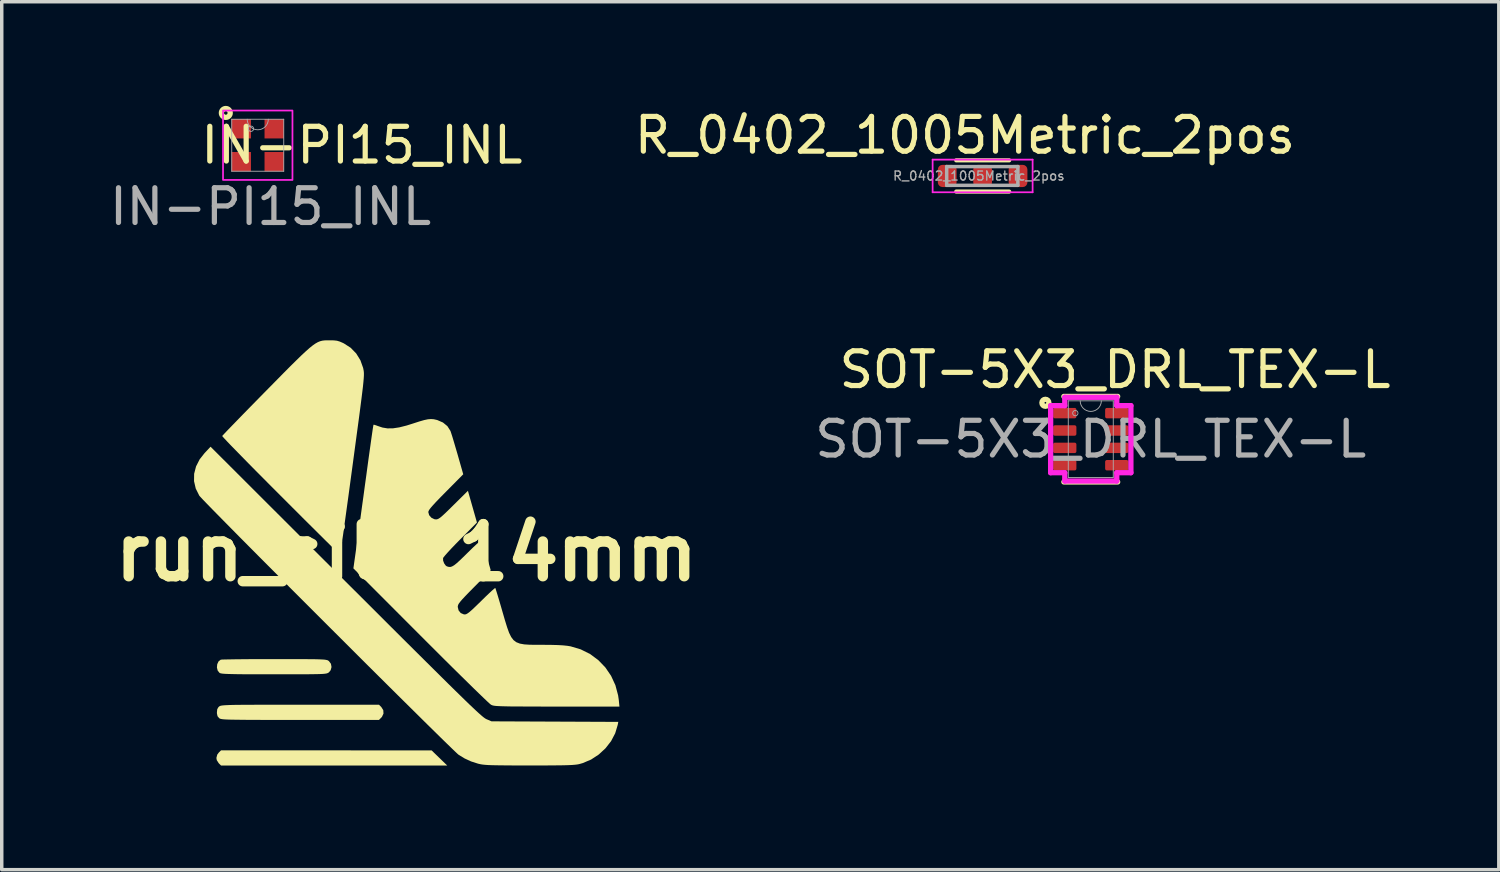
<source format=kicad_pcb>
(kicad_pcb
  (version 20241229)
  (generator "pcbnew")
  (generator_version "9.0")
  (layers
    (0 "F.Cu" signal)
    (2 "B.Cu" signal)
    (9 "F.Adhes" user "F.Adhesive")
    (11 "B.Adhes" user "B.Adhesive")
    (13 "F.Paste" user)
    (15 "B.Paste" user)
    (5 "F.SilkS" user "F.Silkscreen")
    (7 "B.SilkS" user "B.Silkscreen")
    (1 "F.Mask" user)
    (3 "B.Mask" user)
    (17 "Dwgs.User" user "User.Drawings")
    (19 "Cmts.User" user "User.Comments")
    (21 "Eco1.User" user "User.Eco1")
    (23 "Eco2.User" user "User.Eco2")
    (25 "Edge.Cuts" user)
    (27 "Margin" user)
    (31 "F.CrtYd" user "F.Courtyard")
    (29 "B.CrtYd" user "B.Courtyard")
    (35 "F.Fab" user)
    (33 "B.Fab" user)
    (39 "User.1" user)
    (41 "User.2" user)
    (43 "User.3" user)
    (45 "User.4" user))
  (footprint "R_0402_1005Metric_2pos"
    (layer "F.Cu")
    (at 24.743 2.018)
    (property "Reference" "R_0402_1005Metric_2pos" (at 0 -1.17 0) (layer "F.SilkS") (effects (font (size 1 1) (thickness 0.15))))
    (attr smd)
    (fp_line (start -0.25 -0.45) (end 1.275 -0.45) (stroke (width 0.12) (type solid)) (layer "F.SilkS"))
    (fp_line (start -0.25 0.45) (end 1.275 0.45) (stroke (width 0.12) (type solid)) (layer "F.SilkS"))
    (fp_line (start -0.93 -0.47) (end 1.95 -0.47) (stroke (width 0.05) (type solid)) (layer "F.CrtYd"))
    (fp_line (start -0.93 0.47) (end -0.93 -0.47) (stroke (width 0.05) (type solid)) (layer "F.CrtYd"))
    (fp_line (start 1.95 -0.47) (end 1.95 0.47) (stroke (width 0.05) (type solid)) (layer "F.CrtYd"))
    (fp_line (start 1.95 0.47) (end -0.93 0.47) (stroke (width 0.05) (type solid)) (layer "F.CrtYd"))
    (fp_line (start -0.525 -0.27) (end 1.525 -0.27) (stroke (width 0.1) (type solid)) (layer "F.Fab"))
    (fp_line (start -0.525 0.27) (end -0.525 -0.27) (stroke (width 0.1) (type solid)) (layer "F.Fab"))
    (fp_line (start 1.525 -0.27) (end 1.525 0.27) (stroke (width 0.1) (type solid)) (layer "F.Fab"))
    (fp_line (start 1.525 0.27) (end -0.525 0.27) (stroke (width 0.1) (type solid)) (layer "F.Fab"))
    (fp_text user "${REFERENCE}" (at 0.4 0 0) (layer "F.Fab") (effects (font (size 0.26 0.26) (thickness 0.04))))
    (pad "1" smd roundrect (at -0.51 0) (size 0.54 0.64) (layers "F.Cu" "F.Mask" "F.Paste") (roundrect_rratio 0.25))
    (pad "2" smd roundrect (at 0.51 0) (size 0.54 0.64) (layers "F.Cu" "F.Mask" "F.Paste") (roundrect_rratio 0.25))
    (pad "3" smd roundrect (at 1.53 0) (size 0.54 0.64) (layers "F.Cu" "F.Mask" "F.Paste") (roundrect_rratio 0.25)))
  (footprint "IN-PI15_INL"
    (layer "F.Cu")
    (at 4.374 1.133)
    (property "Reference" "IN-PI15_INL" (at 3 0 0) (unlocked yes) (layer "F.SilkS") (effects (font (size 1 1) (thickness 0.15))))
    (attr smd)
    (fp_circle (center -0.92 -0.93) (end -0.793 -0.93) (stroke (width 0.152) (type solid)) (fill no) (layer "F.SilkS"))
    (fp_rect (start -1 -1) (end 1 1) (stroke (width 0.05) (type default)) (fill no) (layer "F.CrtYd"))
    (fp_line (start -0.749 -0.749) (end -0.749 0.749) (stroke (width 0.025) (type solid)) (layer "F.Fab"))
    (fp_line (start -0.749 0.749) (end 0.749 0.749) (stroke (width 0.025) (type solid)) (layer "F.Fab"))
    (fp_line (start 0.749 -0.749) (end -0.749 -0.749) (stroke (width 0.025) (type solid)) (layer "F.Fab"))
    (fp_line (start 0.749 0.749) (end 0.749 -0.749) (stroke (width 0.025) (type solid)) (layer "F.Fab"))
    (fp_arc (start 0.3048 -0.7493) (mid 0 -0.4445) (end -0.3048 -0.7493) (stroke (width 0.0254) (type solid)) (layer "F.Fab"))
    (fp_circle (center -0.196 -0.475) (end -0.119 -0.475) (stroke (width 0.025) (type solid)) (fill no) (layer "F.Fab"))
    (fp_text user "${REFERENCE}" (at 0.37 1.77 0) (unlocked yes) (layer "F.Fab") (effects (font (size 1 1) (thickness 0.15))))
    (pad "1" smd rect (at -0.475 -0.475) (size 0.559 0.559) (layers "F.Cu" "F.Mask" "F.Paste"))
    (pad "2" smd rect (at -0.475 0.475) (size 0.559 0.559) (layers "F.Cu" "F.Mask" "F.Paste"))
    (pad "3" smd rect (at 0.475 0.475) (size 0.559 0.559) (layers "F.Cu" "F.Mask" "F.Paste"))
    (pad "4" smd rect (at 0.475 -0.475) (size 0.559 0.559) (layers "F.Cu" "F.Mask" "F.Paste")))
  (footprint "run_silk_14mm"
    (layer "F.Cu")
    (at 8.657 12.869)
    (property "Reference" "run_silk_14mm" (at 0 0 0) (layer "F.SilkS") (effects (font (size 1.5 1.5) (thickness 0.3))))
    (attr board_only exclude_from_pos_files exclude_from_bom)
    (fp_poly (pts (xy -2.307 5.694) (xy 0.725 5.695) (xy 0.95 5.913) (xy 1.175 6.131) (xy -2.082 6.131) (xy -5.34 6.131) (xy -5.407 6.064) (xy -5.463 5.976) (xy -5.474 5.912) (xy -5.449 5.816) (xy -5.407 5.76) (xy -5.34 5.693)) (stroke (width 0) (type solid)) (fill yes) (layer "F.SilkS"))
    (fp_poly (pts (xy -0.724 4.446) (xy -0.667 4.537) (xy -0.661 4.635) (xy -0.705 4.729) (xy -0.724 4.75) (xy -0.791 4.817) (xy -3.061 4.817) (xy -3.467 4.817) (xy -3.821 4.817) (xy -4.128 4.817) (xy -4.391 4.816) (xy -4.613 4.815) (xy -4.798 4.813) (xy -4.95 4.811) (xy -5.072 4.809) (xy -5.168 4.806) (xy -5.241 4.802) (xy -5.296 4.797) (xy -5.334 4.791) (xy -5.361 4.784) (xy -5.38 4.776) (xy -5.393 4.767) (xy -5.395 4.765) (xy -5.441 4.711) (xy -5.458 4.635) (xy -5.459 4.598) (xy -5.45 4.509) (xy -5.415 4.449) (xy -5.395 4.431) (xy -5.382 4.422) (xy -5.365 4.414) (xy -5.34 4.407) (xy -5.303 4.401) (xy -5.252 4.396) (xy -5.182 4.392) (xy -5.091 4.388) (xy -4.973 4.385) (xy -4.827 4.383) (xy -4.648 4.382) (xy -4.432 4.381) (xy -4.177 4.38) (xy -3.878 4.38) (xy -3.532 4.379) (xy -3.136 4.379) (xy -3.061 4.379) (xy -0.791 4.379)) (stroke (width 0) (type solid)) (fill yes) (layer "F.SilkS"))
    (fp_poly (pts (xy -3.482 3.066) (xy -3.207 3.066) (xy -2.979 3.066) (xy -2.792 3.068) (xy -2.642 3.069) (xy -2.524 3.072) (xy -2.434 3.076) (xy -2.367 3.08) (xy -2.319 3.087) (xy -2.286 3.094) (xy -2.262 3.103) (xy -2.245 3.115) (xy -2.234 3.122) (xy -2.175 3.2) (xy -2.158 3.294) (xy -2.183 3.386) (xy -2.234 3.447) (xy -2.251 3.459) (xy -2.271 3.469) (xy -2.297 3.478) (xy -2.336 3.485) (xy -2.39 3.491) (xy -2.465 3.495) (xy -2.565 3.498) (xy -2.695 3.5) (xy -2.858 3.502) (xy -3.06 3.503) (xy -3.305 3.503) (xy -3.598 3.503) (xy -3.816 3.503) (xy -4.147 3.503) (xy -4.428 3.503) (xy -4.663 3.502) (xy -4.856 3.5) (xy -5.011 3.497) (xy -5.132 3.494) (xy -5.224 3.49) (xy -5.292 3.485) (xy -5.338 3.478) (xy -5.368 3.47) (xy -5.384 3.462) (xy -5.437 3.396) (xy -5.459 3.307) (xy -5.45 3.213) (xy -5.413 3.132) (xy -5.35 3.083) (xy -5.315 3.079) (xy -5.23 3.076) (xy -5.101 3.074) (xy -4.933 3.071) (xy -4.73 3.069) (xy -4.499 3.067) (xy -4.243 3.066) (xy -3.969 3.066) (xy -3.806 3.066)) (stroke (width 0) (type solid)) (fill yes) (layer "F.SilkS"))
    (fp_poly (pts (xy -2.093 -6.115) (xy -2.002 -6.105) (xy -1.921 -6.081) (xy -1.827 -6.04) (xy -1.801 -6.027) (xy -1.608 -5.903) (xy -1.448 -5.739) (xy -1.326 -5.542) (xy -1.247 -5.32) (xy -1.232 -5.242) (xy -1.227 -5.202) (xy -1.225 -5.154) (xy -1.226 -5.092) (xy -1.231 -5.013) (xy -1.24 -4.911) (xy -1.253 -4.783) (xy -1.272 -4.625) (xy -1.296 -4.431) (xy -1.326 -4.198) (xy -1.362 -3.921) (xy -1.406 -3.595) (xy -1.422 -3.478) (xy -1.494 -2.942) (xy -1.559 -2.458) (xy -1.618 -2.024) (xy -1.67 -1.638) (xy -1.717 -1.298) (xy -1.758 -1.001) (xy -1.793 -0.746) (xy -1.823 -0.531) (xy -1.849 -0.353) (xy -1.87 -0.21) (xy -1.887 -0.1) (xy -1.899 -0.021) (xy -1.909 0.029) (xy -1.914 0.052) (xy -1.916 0.055) (xy -1.937 0.036) (xy -1.994 -0.019) (xy -2.084 -0.107) (xy -2.204 -0.226) (xy -2.352 -0.372) (xy -2.524 -0.543) (xy -2.718 -0.736) (xy -2.932 -0.948) (xy -3.161 -1.177) (xy -3.404 -1.42) (xy -3.623 -1.639) (xy -3.876 -1.892) (xy -4.116 -2.134) (xy -4.343 -2.362) (xy -4.552 -2.574) (xy -4.741 -2.767) (xy -4.908 -2.938) (xy -5.05 -3.083) (xy -5.163 -3.201) (xy -5.245 -3.289) (xy -5.294 -3.343) (xy -5.306 -3.361) (xy -5.286 -3.385) (xy -5.23 -3.444) (xy -5.143 -3.536) (xy -5.026 -3.657) (xy -4.884 -3.803) (xy -4.72 -3.972) (xy -4.536 -4.16) (xy -4.337 -4.363) (xy -4.125 -4.579) (xy -4.046 -4.659) (xy -3.777 -4.932) (xy -3.544 -5.169) (xy -3.342 -5.372) (xy -3.169 -5.543) (xy -3.022 -5.686) (xy -2.896 -5.803) (xy -2.79 -5.897) (xy -2.699 -5.97) (xy -2.62 -6.025) (xy -2.551 -6.064) (xy -2.487 -6.09) (xy -2.426 -6.106) (xy -2.364 -6.114) (xy -2.298 -6.117) (xy -2.225 -6.117) (xy -2.217 -6.117)) (stroke (width 0) (type solid)) (fill yes) (layer "F.SilkS"))
    (fp_poly (pts (xy -1.747 0.838) (xy -1.285 1.298) (xy -0.861 1.721) (xy -0.473 2.109) (xy -0.118 2.463) (xy 0.205 2.784) (xy 0.497 3.074) (xy 0.76 3.335) (xy 0.995 3.568) (xy 1.205 3.776) (xy 1.39 3.958) (xy 1.553 4.117) (xy 1.694 4.255) (xy 1.816 4.373) (xy 1.921 4.472) (xy 2.009 4.555) (xy 2.082 4.622) (xy 2.143 4.676) (xy 2.192 4.718) (xy 2.231 4.749) (xy 2.262 4.771) (xy 2.286 4.786) (xy 2.299 4.793) (xy 2.45 4.858) (xy 4.276 4.866) (xy 6.102 4.874) (xy 6.085 4.962) (xy 6.013 5.202) (xy 5.894 5.429) (xy 5.733 5.635) (xy 5.539 5.814) (xy 5.318 5.959) (xy 5.077 6.061) (xy 4.975 6.09) (xy 4.923 6.1) (xy 4.857 6.108) (xy 4.771 6.115) (xy 4.659 6.12) (xy 4.519 6.124) (xy 4.343 6.126) (xy 4.128 6.128) (xy 3.869 6.129) (xy 3.56 6.129) (xy 3.531 6.129) (xy 3.229 6.129) (xy 2.977 6.128) (xy 2.769 6.126) (xy 2.6 6.124) (xy 2.463 6.121) (xy 2.355 6.117) (xy 2.269 6.111) (xy 2.199 6.104) (xy 2.142 6.095) (xy 2.091 6.084) (xy 2.062 6.077) (xy 1.86 6.012) (xy 1.674 5.926) (xy 1.505 5.823) (xy 1.471 5.794) (xy 1.401 5.728) (xy 1.297 5.628) (xy 1.162 5.497) (xy 0.997 5.336) (xy 0.806 5.148) (xy 0.59 4.936) (xy 0.352 4.7) (xy 0.094 4.445) (xy -0.182 4.172) (xy -0.472 3.884) (xy -0.776 3.582) (xy -1.09 3.27) (xy -1.412 2.949) (xy -1.739 2.622) (xy -2.071 2.291) (xy -2.403 1.959) (xy -2.734 1.628) (xy -3.062 1.3) (xy -3.384 0.978) (xy -3.697 0.663) (xy -4 0.359) (xy -4.29 0.068) (xy -4.565 -0.209) (xy -4.822 -0.468) (xy -5.059 -0.708) (xy -5.274 -0.926) (xy -5.464 -1.119) (xy -5.628 -1.286) (xy -5.762 -1.424) (xy -5.865 -1.531) (xy -5.933 -1.604) (xy -5.966 -1.641) (xy -5.967 -1.643) (xy -6.069 -1.847) (xy -6.118 -2.059) (xy -6.115 -2.273) (xy -6.06 -2.485) (xy -5.955 -2.691) (xy -5.817 -2.865) (xy -5.642 -3.052)) (stroke (width 0) (type solid)) (fill yes) (layer "F.SilkS"))
    (fp_poly (pts (xy 0.789 -3.843) (xy 0.873 -3.824) (xy 0.888 -3.82) (xy 1.052 -3.749) (xy 1.179 -3.645) (xy 1.264 -3.513) (xy 1.272 -3.495) (xy 1.292 -3.434) (xy 1.325 -3.331) (xy 1.366 -3.194) (xy 1.413 -3.034) (xy 1.464 -2.861) (xy 1.476 -2.819) (xy 1.636 -2.258) (xy 1.133 -1.75) (xy 0.974 -1.589) (xy 0.851 -1.461) (xy 0.76 -1.362) (xy 0.696 -1.288) (xy 0.655 -1.233) (xy 0.635 -1.193) (xy 0.63 -1.167) (xy 0.654 -1.08) (xy 0.718 -1.007) (xy 0.805 -0.964) (xy 0.852 -0.958) (xy 0.886 -0.962) (xy 0.924 -0.978) (xy 0.972 -1.009) (xy 1.035 -1.062) (xy 1.12 -1.14) (xy 1.232 -1.249) (xy 1.355 -1.37) (xy 1.771 -1.782) (xy 1.901 -1.325) (xy 2.031 -0.868) (xy 1.552 -0.386) (xy 1.419 -0.251) (xy 1.298 -0.125) (xy 1.196 -0.015) (xy 1.118 0.073) (xy 1.069 0.133) (xy 1.055 0.156) (xy 1.056 0.228) (xy 1.086 0.308) (xy 1.133 0.373) (xy 1.164 0.394) (xy 1.214 0.409) (xy 1.261 0.412) (xy 1.311 0.398) (xy 1.371 0.364) (xy 1.446 0.305) (xy 1.543 0.217) (xy 1.668 0.096) (xy 1.756 0.009) (xy 1.91 -0.142) (xy 2.029 -0.253) (xy 2.112 -0.324) (xy 2.161 -0.355) (xy 2.175 -0.354) (xy 2.188 -0.315) (xy 2.212 -0.234) (xy 2.246 -0.12) (xy 2.286 0.016) (xy 2.309 0.096) (xy 2.428 0.506) (xy 1.953 0.987) (xy 1.804 1.138) (xy 1.69 1.256) (xy 1.606 1.346) (xy 1.548 1.414) (xy 1.51 1.465) (xy 1.489 1.504) (xy 1.48 1.538) (xy 1.478 1.564) (xy 1.502 1.663) (xy 1.564 1.739) (xy 1.653 1.777) (xy 1.683 1.779) (xy 1.717 1.773) (xy 1.76 1.75) (xy 1.818 1.707) (xy 1.896 1.639) (xy 2 1.54) (xy 2.136 1.408) (xy 2.153 1.391) (xy 2.272 1.274) (xy 2.378 1.173) (xy 2.465 1.092) (xy 2.527 1.038) (xy 2.557 1.017) (xy 2.559 1.017) (xy 2.57 1.046) (xy 2.594 1.121) (xy 2.629 1.234) (xy 2.672 1.378) (xy 2.721 1.545) (xy 2.765 1.698) (xy 2.837 1.946) (xy 2.899 2.147) (xy 2.956 2.306) (xy 3.016 2.428) (xy 3.083 2.517) (xy 3.165 2.579) (xy 3.267 2.619) (xy 3.395 2.642) (xy 3.554 2.652) (xy 3.753 2.654) (xy 3.922 2.654) (xy 4.163 2.656) (xy 4.358 2.661) (xy 4.513 2.67) (xy 4.637 2.683) (xy 4.728 2.698) (xy 5.02 2.785) (xy 5.287 2.918) (xy 5.524 3.093) (xy 5.728 3.304) (xy 5.894 3.547) (xy 6.019 3.818) (xy 6.097 4.111) (xy 6.117 4.249) (xy 6.135 4.434) (xy 4.334 4.433) (xy 3.975 4.433) (xy 3.666 4.432) (xy 3.404 4.431) (xy 3.185 4.43) (xy 3.004 4.429) (xy 2.857 4.426) (xy 2.74 4.423) (xy 2.65 4.419) (xy 2.581 4.415) (xy 2.53 4.409) (xy 2.493 4.402) (xy 2.465 4.393) (xy 2.443 4.383) (xy 2.436 4.38) (xy 2.404 4.354) (xy 2.335 4.291) (xy 2.234 4.195) (xy 2.102 4.068) (xy 1.943 3.914) (xy 1.759 3.733) (xy 1.553 3.531) (xy 1.327 3.308) (xy 1.085 3.068) (xy 0.83 2.813) (xy 0.563 2.547) (xy 0.406 2.39) (xy -1.528 0.452) (xy -1.42 -0.315) (xy -1.393 -0.509) (xy -1.36 -0.747) (xy -1.322 -1.019) (xy -1.282 -1.314) (xy -1.239 -1.622) (xy -1.197 -1.933) (xy -1.155 -2.236) (xy -1.136 -2.378) (xy -1.101 -2.638) (xy -1.067 -2.881) (xy -1.036 -3.101) (xy -1.009 -3.295) (xy -0.986 -3.455) (xy -0.968 -3.577) (xy -0.955 -3.655) (xy -0.95 -3.685) (xy -0.95 -3.685) (xy -0.92 -3.682) (xy -0.86 -3.662) (xy -0.834 -3.652) (xy -0.691 -3.604) (xy -0.546 -3.58) (xy -0.387 -3.582) (xy -0.207 -3.609) (xy 0.004 -3.662) (xy 0.191 -3.721) (xy 0.37 -3.779) (xy 0.509 -3.819) (xy 0.618 -3.842) (xy 0.708 -3.849)) (stroke (width 0) (type solid)) (fill yes) (layer "F.SilkS")))
  (footprint "SOT-5X3_DRL_TEX-L"
    (layer "F.Cu")
    (at 28.368 9.6)
    (property "Reference" "SOT-5X3_DRL_TEX-L" (at 0.7 -2 0) (unlocked yes) (layer "F.SilkS") (effects (font (size 1 1) (thickness 0.15))))
    (attr smd)
    (fp_line (start -0.775 1.232) (end 0.775 1.232) (stroke (width 0.152) (type solid)) (layer "F.SilkS"))
    (fp_line (start 0.775 -1.232) (end -0.775 -1.232) (stroke (width 0.152) (type solid)) (layer "F.SilkS"))
    (fp_circle (center -1.307 -1.048) (end -1.206 -1.048) (stroke (width 0.152) (type solid)) (fill no) (layer "F.SilkS"))
    (fp_line (start -1.156 -0.966) (end -0.749 -0.966) (stroke (width 0.152) (type solid)) (layer "F.CrtYd"))
    (fp_line (start -1.156 0.966) (end -1.156 -0.966) (stroke (width 0.152) (type solid)) (layer "F.CrtYd"))
    (fp_line (start -1.156 0.966) (end -0.749 0.966) (stroke (width 0.152) (type solid)) (layer "F.CrtYd"))
    (fp_line (start -0.749 -1.206) (end 0.749 -1.206) (stroke (width 0.152) (type solid)) (layer "F.CrtYd"))
    (fp_line (start -0.749 -0.966) (end -0.749 -1.206) (stroke (width 0.152) (type solid)) (layer "F.CrtYd"))
    (fp_line (start -0.749 1.206) (end -0.749 0.966) (stroke (width 0.152) (type solid)) (layer "F.CrtYd"))
    (fp_line (start 0.749 -1.206) (end 0.749 -0.966) (stroke (width 0.152) (type solid)) (layer "F.CrtYd"))
    (fp_line (start 0.749 0.966) (end 0.749 1.206) (stroke (width 0.152) (type solid)) (layer "F.CrtYd"))
    (fp_line (start 0.749 1.206) (end -0.749 1.206) (stroke (width 0.152) (type solid)) (layer "F.CrtYd"))
    (fp_line (start 1.156 -0.966) (end 0.749 -0.966) (stroke (width 0.152) (type solid)) (layer "F.CrtYd"))
    (fp_line (start 1.156 -0.966) (end 1.156 0.966) (stroke (width 0.152) (type solid)) (layer "F.CrtYd"))
    (fp_line (start 1.156 0.966) (end 0.749 0.966) (stroke (width 0.152) (type solid)) (layer "F.CrtYd"))
    (fp_line (start -0.648 -1.105) (end -0.648 1.105) (stroke (width 0.025) (type solid)) (layer "F.Fab"))
    (fp_line (start -0.648 1.105) (end 0.648 1.105) (stroke (width 0.025) (type solid)) (layer "F.Fab"))
    (fp_line (start 0.648 -1.105) (end -0.648 -1.105) (stroke (width 0.025) (type solid)) (layer "F.Fab"))
    (fp_line (start 0.648 1.105) (end 0.648 -1.105) (stroke (width 0.025) (type solid)) (layer "F.Fab"))
    (fp_arc (start 0.3048 -1.1049) (mid 0 -0.8001) (end -0.3048 -1.1049) (stroke (width 0.0254) (type solid)) (layer "F.Fab"))
    (fp_circle (center -0.445 -0.75) (end -0.368 -0.75) (stroke (width 0.025) (type solid)) (fill no) (layer "F.Fab"))
    (fp_text user "${REFERENCE}" (at 0 0 0) (unlocked yes) (layer "F.Fab") (effects (font (size 1 1) (thickness 0.15))))
    (pad "1" smd roundrect (at -0.749 -0.75) (size 0.67 0.3) (layers "F.Cu" "F.Mask" "F.Paste") (roundrect_rratio 0.167))
    (pad "2" smd roundrect (at -0.749 -0.25) (size 0.67 0.3) (layers "F.Cu" "F.Mask" "F.Paste") (roundrect_rratio 0.167))
    (pad "3" smd roundrect (at -0.749 0.25) (size 0.67 0.3) (layers "F.Cu" "F.Mask" "F.Paste") (roundrect_rratio 0.167))
    (pad "4" smd roundrect (at -0.749 0.75) (size 0.67 0.3) (layers "F.Cu" "F.Mask" "F.Paste") (roundrect_rratio 0.167))
    (pad "5" smd roundrect (at 0.749 0.75) (size 0.67 0.3) (layers "F.Cu" "F.Mask" "F.Paste") (roundrect_rratio 0.167))
    (pad "6" smd roundrect (at 0.749 0.25) (size 0.67 0.3) (layers "F.Cu" "F.Mask" "F.Paste") (roundrect_rratio 0.167))
    (pad "7" smd roundrect (at 0.749 -0.25) (size 0.67 0.3) (layers "F.Cu" "F.Mask" "F.Paste") (roundrect_rratio 0.167))
    (pad "8" smd roundrect (at 0.749 -0.75) (size 0.67 0.3) (layers "F.Cu" "F.Mask" "F.Paste") (roundrect_rratio 0.167)))
  (gr_rect
    (start -3 -3)
    (end 40.121 22)
    (stroke (width 0.1) (type default))
    (fill no)
    (layer "Edge.Cuts")))
</source>
